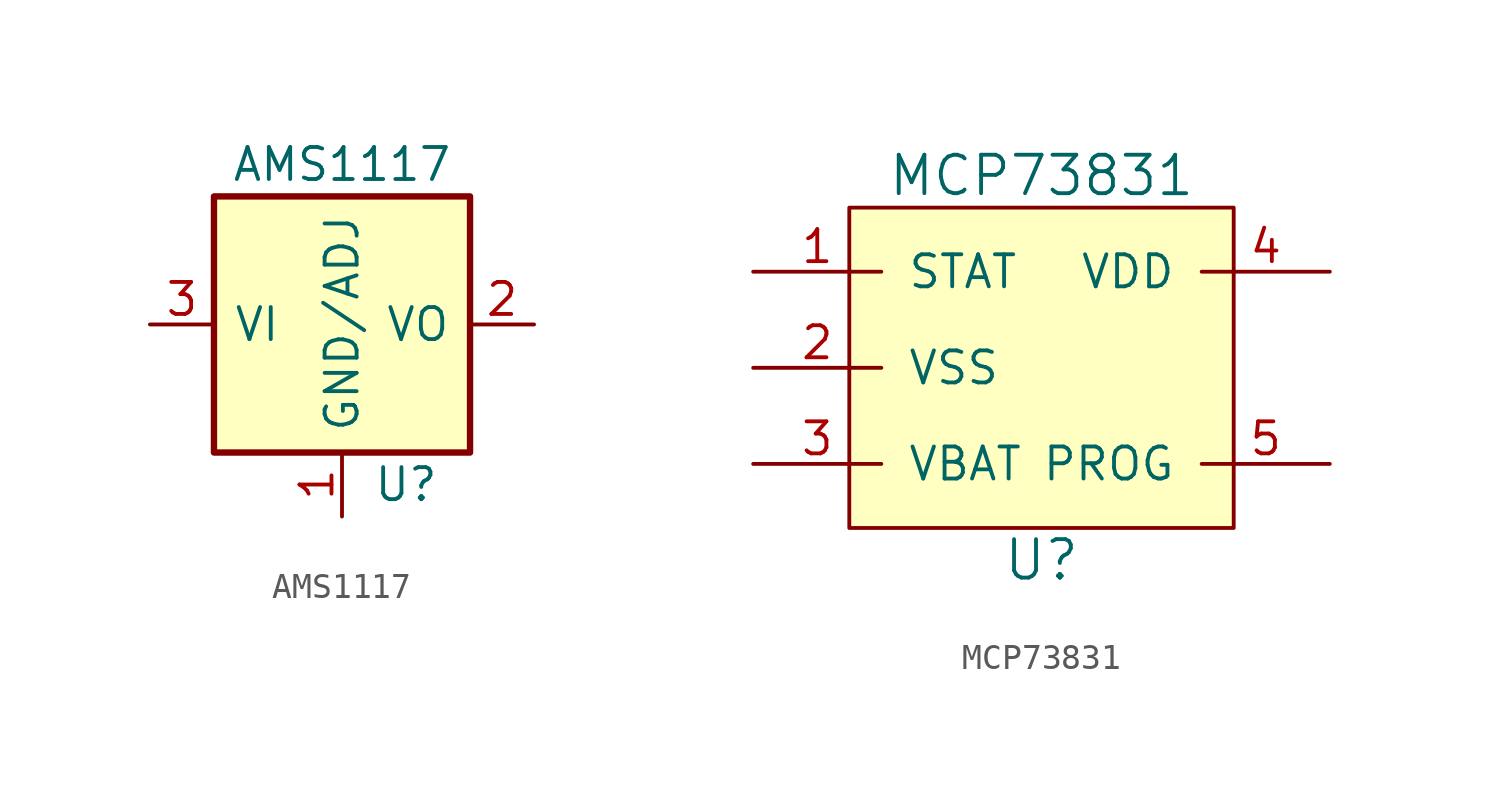
<source format=kicad_sym>
(kicad_symbol_lib
  (version 20211014)
  (generator kicad_symbol_editor)
  (symbol "AMS1117"
    (pin_names
      (offset 0.762))
    (property "Reference" "U"
      (at 2.54 -6.35 0)
      (effects (font (size 1.27 1.27))))
    (property "Value" "AMS1117"
      (at 0 6.35 0)
      (effects (font (size 1.27 1.27))))
    (symbol "AMS1117_0_1"
      (rectangle (start -5.08 -5.08) (end 5.08 5.08) (stroke (width 0.254) (type default) (color 0 0 0 0)) (fill (type background))))
    (symbol "AMS1117_1_1"
      (pin power_in line (at 0 -7.62 90) (length 2.54) (name "GND/ADJ" (effects (font (size 1.27 1.27)))) (number "1" (effects (font (size 1.27 1.27)))))
      (pin power_out line (at 7.62 0 180) (length 2.54) (name "VO" (effects (font (size 1.27 1.27)))) (number "2" (effects (font (size 1.27 1.27)))))
      (pin power_in line (at -7.62 0 0) (length 2.54) (name "VI" (effects (font (size 1.27 1.27)))) (number "3" (effects (font (size 1.27 1.27)))))
      (pin power_out line (at 7.62 0 180) (length 2.54) hide (name "VO" (effects (font (size 1.27 1.27)))) (number "4" (effects (font (size 1.27 1.27)))))))
  (symbol "MCP73831"
    (pin_names
      (offset 1.016))
    (property "Reference" "U"
      (at 0 -5.08 0)
      (effects (font (size 1.524 1.524))))
    (property "Value" "MCP73831"
      (at 0 10.16 0)
      (effects (font (size 1.524 1.524))))
    (symbol "MCP73831_0_1"
      (rectangle (start -7.62 8.89) (end 7.62 -3.81) (stroke (width 0) (type default) (color 0 0 0 0)) (fill (type background))))
    (symbol "MCP73831_1_1"
      (pin input line (at -11.43 6.35 0) (length 5.08) (name "STAT" (effects (font (size 1.27 1.27)))) (number "1" (effects (font (size 1.27 1.27)))))
      (pin input line (at -11.43 2.54 0) (length 5.08) (name "VSS" (effects (font (size 1.27 1.27)))) (number "2" (effects (font (size 1.27 1.27)))))
      (pin input line (at -11.43 -1.27 0) (length 5.08) (name "VBAT" (effects (font (size 1.27 1.27)))) (number "3" (effects (font (size 1.27 1.27)))))
      (pin input line (at 11.43 6.35 180) (length 5.08) (name "VDD" (effects (font (size 1.27 1.27)))) (number "4" (effects (font (size 1.27 1.27)))))
      (pin input line (at 11.43 -1.27 180) (length 5.08) (name "PROG" (effects (font (size 1.27 1.27)))) (number "5" (effects (font (size 1.27 1.27))))))))
</source>
